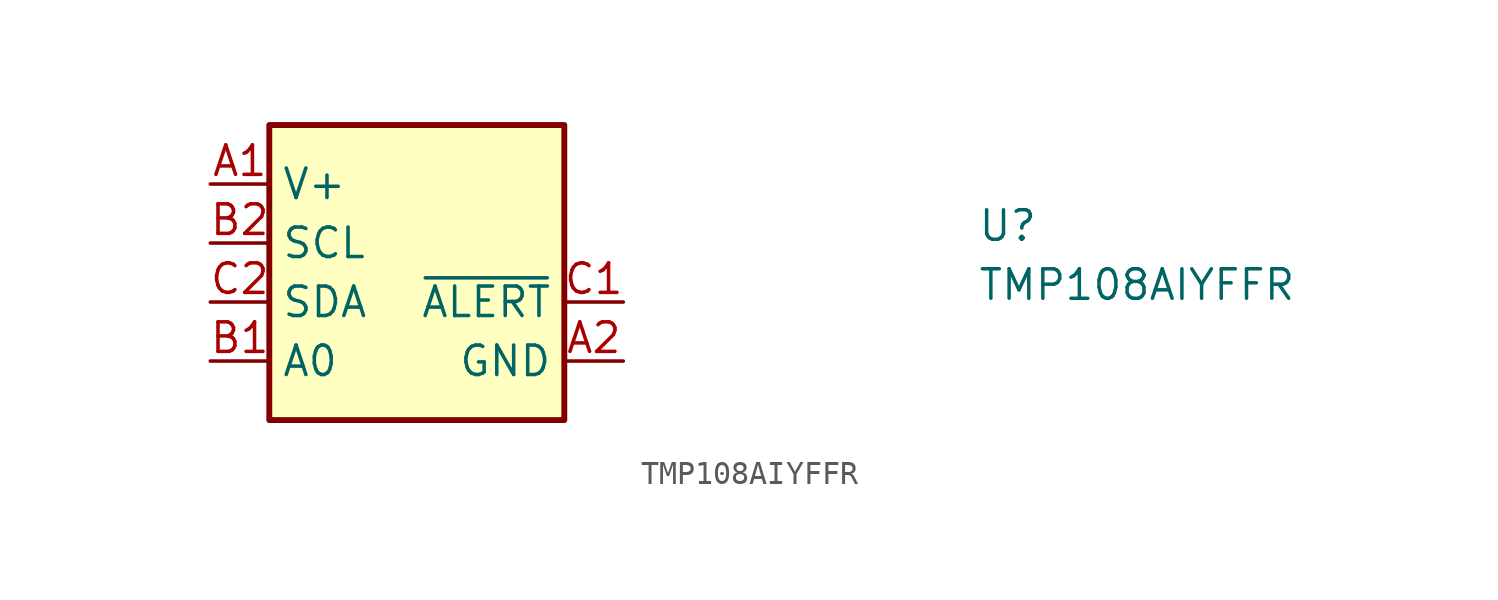
<source format=kicad_sym>
(kicad_symbol_lib
  (version 20211014)
  (generator kicad_symbol_editor)
  (symbol "TMP108AIYFFR"
    (property "Reference" "U"
      (at 33.02 -2.54 0)
      (effects (font (size 1.27 1.27) (thickness 0.15)) (justify left bottom)))
    (property "Value" "TMP108AIYFFR"
      (at 33.02 -5.08 0)
      (effects (font (size 1.27 1.27) (thickness 0.15)) (justify left bottom)))
    (symbol "TMP108AIYFFR_1_1"
      (rectangle (start 2.54 2.54) (end 15.24 -10.16) (stroke (width 0.254) (type default) (color 0 0 0 0)) (fill (type background)))
      (pin power_in line (at 0 0 0) (length 2.54) (name "V+" (effects (font (size 1.27 1.27)))) (number "A1" (effects (font (size 1.27 1.27)))))
      (pin power_in line (at 17.78 -7.62 180) (length 2.54) (name "GND" (effects (font (size 1.27 1.27)))) (number "A2" (effects (font (size 1.27 1.27)))))
      (pin input line (at 0 -7.62 0) (length 2.54) (name "A0" (effects (font (size 1.27 1.27)))) (number "B1" (effects (font (size 1.27 1.27)))))
      (pin input line (at 0 -2.54 0) (length 2.54) (name "SCL" (effects (font (size 1.27 1.27)))) (number "B2" (effects (font (size 1.27 1.27)))))
      (pin output line (at 17.78 -5.08 180) (length 2.54) (name "~{ALERT}" (effects (font (size 1.27 1.27)))) (number "C1" (effects (font (size 1.27 1.27)))))
      (pin bidirectional line (at 0 -5.08 0) (length 2.54) (name "SDA" (effects (font (size 1.27 1.27)))) (number "C2" (effects (font (size 1.27 1.27))))))))
</source>
